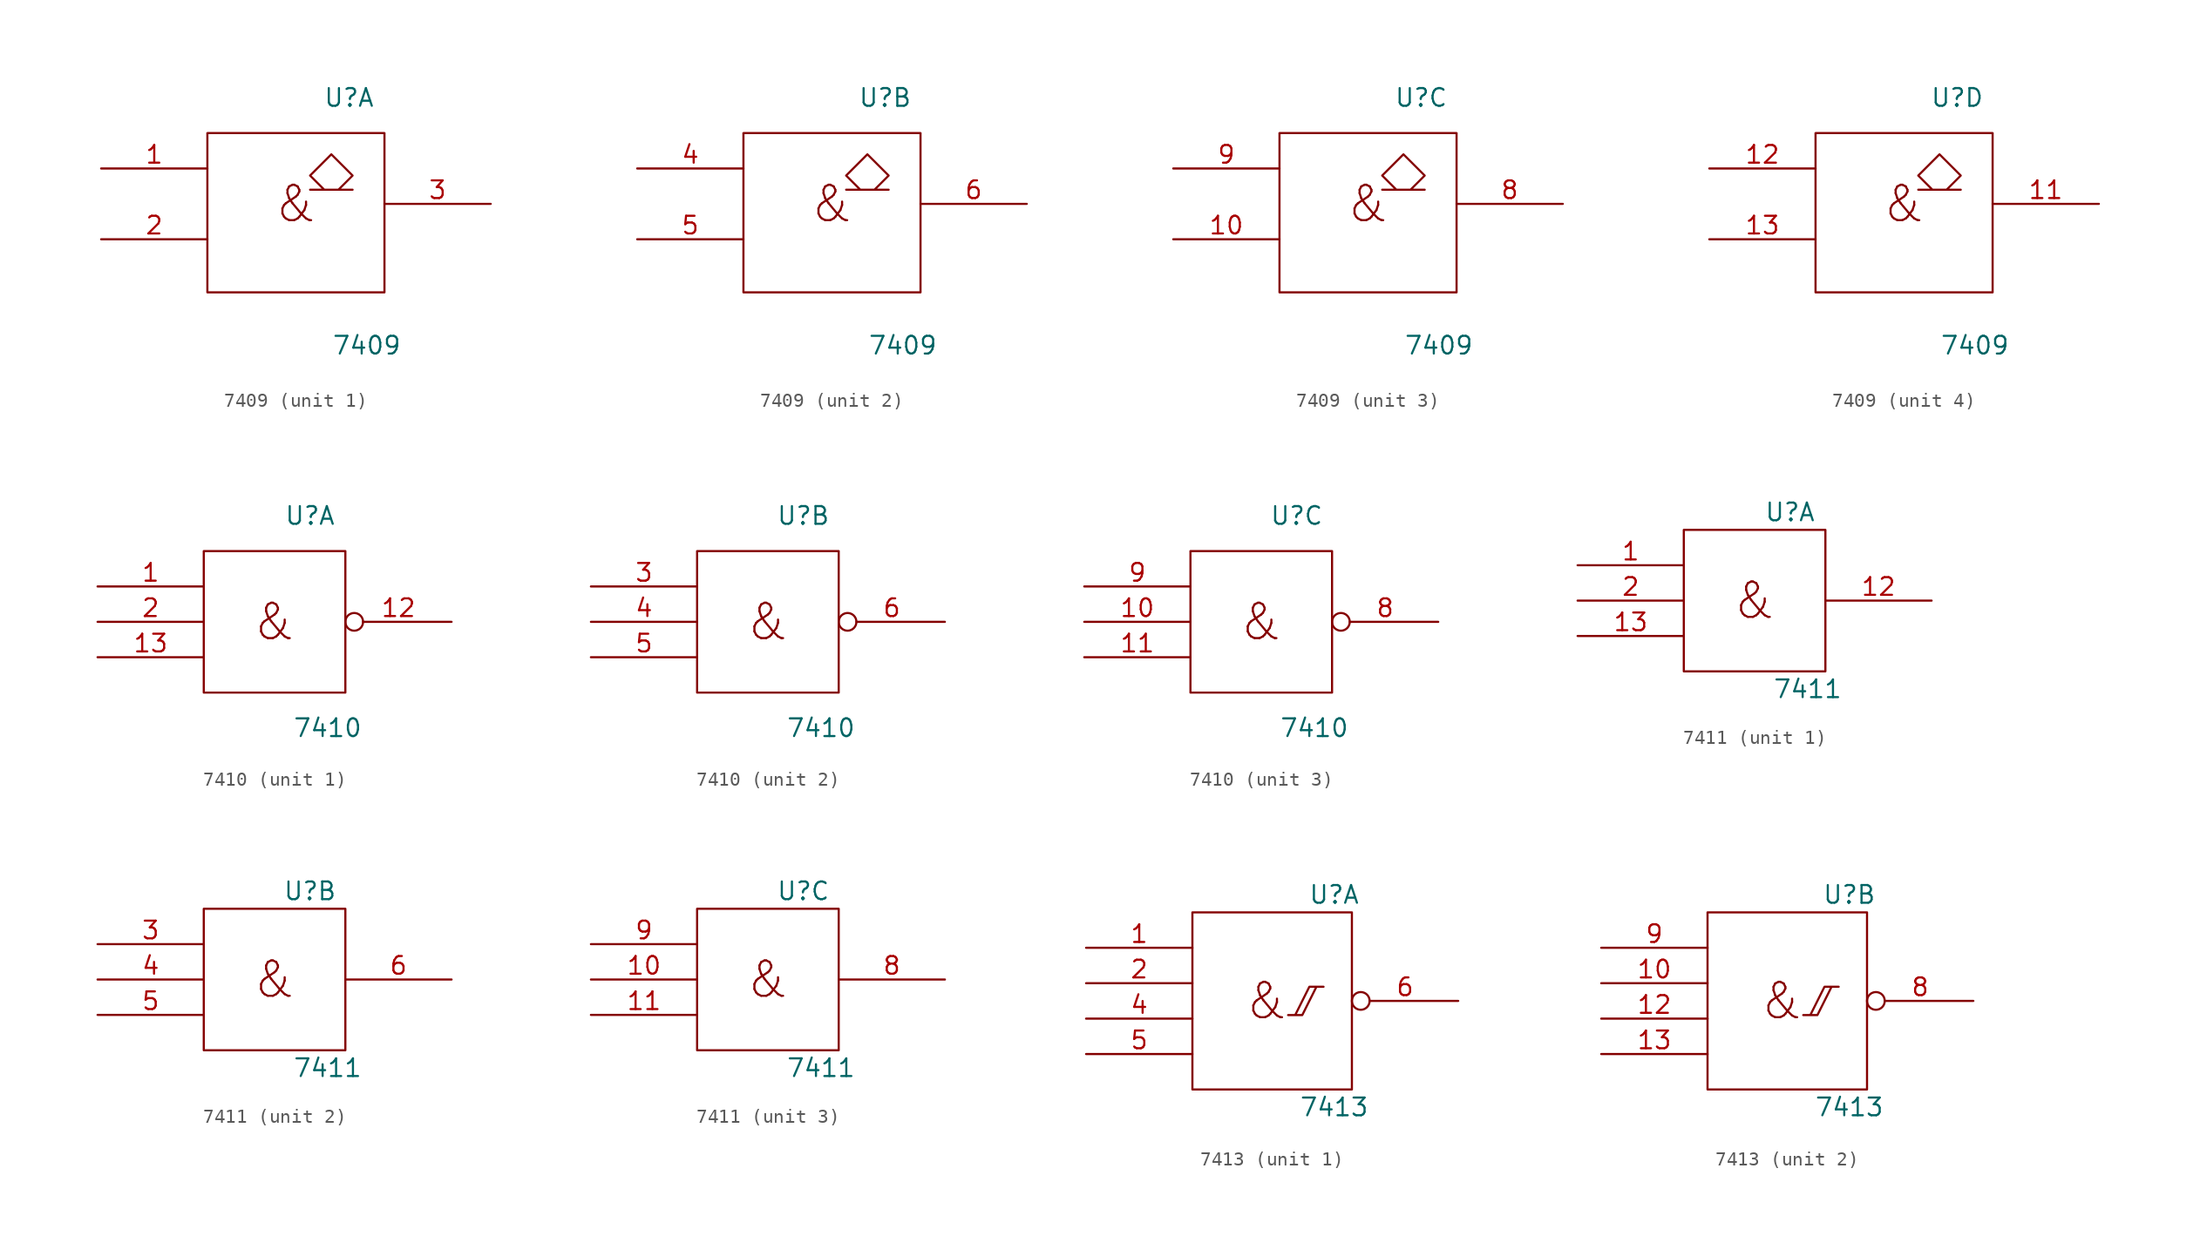
<source format=kicad_sym>
(kicad_symbol_lib
  (version 20201005)
  (generator kicad_symbol_editor)
  (symbol "7409"
    (pin_names
      (offset 0.762))
    (property "Reference" "U"
      (at 3.81 7.62 0)
      (effects (font (size 1.27 1.27))))
    (property "Value" "7409"
      (at 5.08 -10.16 0)
      (effects (font (size 1.27 1.27))))
    (symbol "7409_0_1"
      (text "&" (at 0 0 0) (effects (font (size 2.54 2.54))))
      (rectangle (start -6.35 5.08) (end 6.35 -6.35) (stroke (width 0)) (fill (type none)))
      (polyline (pts (xy 1.016 2.032) (xy 2.032 1.016) (xy 1.016 2.032) (xy 2.54 3.556) (xy 4.064 2.032) (xy 3.048 1.016) (xy 4.064 1.016) (xy 1.016 1.016) (xy 1.016 1.016)) (stroke (width 0)) (fill (type none)))
      (pin power_in line (at 0 5.08 270) (length 0) hide (name "Vcc" (effects (font (size 1.27 1.27)))) (number "14" (effects (font (size 1.27 1.27)))))
      (pin power_in line (at 0 -6.35 90) (length 0) hide (name "Gnd" (effects (font (size 1.27 1.27)))) (number "7" (effects (font (size 1.27 1.27))))))
    (symbol "7409_1_1"
      (pin input line (at -13.97 2.54 0) (length 7.62) (name "~" (effects (font (size 1.27 1.27)))) (number "1" (effects (font (size 1.27 1.27)))))
      (pin input line (at -13.97 -2.54 0) (length 7.62) (name "~" (effects (font (size 1.27 1.27)))) (number "2" (effects (font (size 1.27 1.27)))))
      (pin open_collector line (at 13.97 0 180) (length 7.62) (name "~" (effects (font (size 1.27 1.27)))) (number "3" (effects (font (size 1.27 1.27))))))
    (symbol "7409_2_1"
      (pin input line (at -13.97 2.54 0) (length 7.62) (name "~" (effects (font (size 1.27 1.27)))) (number "4" (effects (font (size 1.27 1.27)))))
      (pin input line (at -13.97 -2.54 0) (length 7.62) (name "~" (effects (font (size 1.27 1.27)))) (number "5" (effects (font (size 1.27 1.27)))))
      (pin open_collector line (at 13.97 0 180) (length 7.62) (name "~" (effects (font (size 1.27 1.27)))) (number "6" (effects (font (size 1.27 1.27))))))
    (symbol "7409_3_1"
      (pin input line (at -13.97 -2.54 0) (length 7.62) (name "~" (effects (font (size 1.27 1.27)))) (number "10" (effects (font (size 1.27 1.27)))))
      (pin open_collector line (at 13.97 0 180) (length 7.62) (name "~" (effects (font (size 1.27 1.27)))) (number "8" (effects (font (size 1.27 1.27)))))
      (pin input line (at -13.97 2.54 0) (length 7.62) (name "~" (effects (font (size 1.27 1.27)))) (number "9" (effects (font (size 1.27 1.27))))))
    (symbol "7409_4_1"
      (pin open_collector line (at 13.97 0 180) (length 7.62) (name "~" (effects (font (size 1.27 1.27)))) (number "11" (effects (font (size 1.27 1.27)))))
      (pin input line (at -13.97 2.54 0) (length 7.62) (name "~" (effects (font (size 1.27 1.27)))) (number "12" (effects (font (size 1.27 1.27)))))
      (pin input line (at -13.97 -2.54 0) (length 7.62) (name "~" (effects (font (size 1.27 1.27)))) (number "13" (effects (font (size 1.27 1.27)))))))
  (symbol "7410"
    (pin_names
      (offset 0.762))
    (property "Reference" "U"
      (at 2.54 7.62 0)
      (effects (font (size 1.27 1.27))))
    (property "Value" "7410"
      (at 3.81 -7.62 0)
      (effects (font (size 1.27 1.27))))
    (symbol "7410_0_0"
      (text "&" (at 0 0 0) (effects (font (size 2.54 2.54)))))
    (symbol "7410_0_1"
      (rectangle (start -5.08 5.08) (end 5.08 -5.08) (stroke (width 0)) (fill (type none)))
      (pin power_in line (at 0 5.08 270) (length 0) hide (name "Vcc" (effects (font (size 1.27 1.27)))) (number "14" (effects (font (size 1.27 1.27)))))
      (pin power_in line (at 0 -5.08 90) (length 0) hide (name "Gnd" (effects (font (size 1.27 1.27)))) (number "7" (effects (font (size 1.27 1.27))))))
    (symbol "7410_1_1"
      (pin input line (at -12.7 2.54 0) (length 7.62) (name "~" (effects (font (size 1.27 1.27)))) (number "1" (effects (font (size 1.27 1.27)))))
      (pin output inverted (at 12.7 0 180) (length 7.62) (name "~" (effects (font (size 1.27 1.27)))) (number "12" (effects (font (size 1.27 1.27)))))
      (pin input line (at -12.7 -2.54 0) (length 7.62) (name "~" (effects (font (size 1.27 1.27)))) (number "13" (effects (font (size 1.27 1.27)))))
      (pin input line (at -12.7 0 0) (length 7.62) (name "~" (effects (font (size 1.27 1.27)))) (number "2" (effects (font (size 1.27 1.27))))))
    (symbol "7410_2_1"
      (pin input line (at -12.7 2.54 0) (length 7.62) (name "~" (effects (font (size 1.27 1.27)))) (number "3" (effects (font (size 1.27 1.27)))))
      (pin input line (at -12.7 0 0) (length 7.62) (name "~" (effects (font (size 1.27 1.27)))) (number "4" (effects (font (size 1.27 1.27)))))
      (pin input line (at -12.7 -2.54 0) (length 7.62) (name "~" (effects (font (size 1.27 1.27)))) (number "5" (effects (font (size 1.27 1.27)))))
      (pin output inverted (at 12.7 0 180) (length 7.62) (name "~" (effects (font (size 1.27 1.27)))) (number "6" (effects (font (size 1.27 1.27))))))
    (symbol "7410_3_1"
      (pin input line (at -12.7 0 0) (length 7.62) (name "~" (effects (font (size 1.27 1.27)))) (number "10" (effects (font (size 1.27 1.27)))))
      (pin input line (at -12.7 -2.54 0) (length 7.62) (name "~" (effects (font (size 1.27 1.27)))) (number "11" (effects (font (size 1.27 1.27)))))
      (pin output inverted (at 12.7 0 180) (length 7.62) (name "~" (effects (font (size 1.27 1.27)))) (number "8" (effects (font (size 1.27 1.27)))))
      (pin input line (at -12.7 2.54 0) (length 7.62) (name "~" (effects (font (size 1.27 1.27)))) (number "9" (effects (font (size 1.27 1.27)))))))
  (symbol "7411"
    (pin_names
      (offset 0.762))
    (property "Reference" "U"
      (at 2.54 6.35 0)
      (effects (font (size 1.27 1.27))))
    (property "Value" "7411"
      (at 3.81 -6.35 0)
      (effects (font (size 1.27 1.27))))
    (symbol "7411_0_0"
      (text "&" (at 0 0 0) (effects (font (size 2.54 2.54)))))
    (symbol "7411_0_1"
      (rectangle (start -5.08 5.08) (end 5.08 -5.08) (stroke (width 0)) (fill (type none)))
      (pin power_in line (at 0 5.08 270) (length 0) hide (name "Vcc" (effects (font (size 1.27 1.27)))) (number "14" (effects (font (size 1.27 1.27)))))
      (pin power_in line (at 0 -5.08 90) (length 0) hide (name "Gnd" (effects (font (size 1.27 1.27)))) (number "7" (effects (font (size 1.27 1.27))))))
    (symbol "7411_1_1"
      (pin input line (at -12.7 2.54 0) (length 7.62) (name "~" (effects (font (size 1.27 1.27)))) (number "1" (effects (font (size 1.27 1.27)))))
      (pin output line (at 12.7 0 180) (length 7.62) (name "~" (effects (font (size 1.27 1.27)))) (number "12" (effects (font (size 1.27 1.27)))))
      (pin input line (at -12.7 -2.54 0) (length 7.62) (name "~" (effects (font (size 1.27 1.27)))) (number "13" (effects (font (size 1.27 1.27)))))
      (pin input line (at -12.7 0 0) (length 7.62) (name "~" (effects (font (size 1.27 1.27)))) (number "2" (effects (font (size 1.27 1.27))))))
    (symbol "7411_2_1"
      (pin input line (at -12.7 2.54 0) (length 7.62) (name "~" (effects (font (size 1.27 1.27)))) (number "3" (effects (font (size 1.27 1.27)))))
      (pin input line (at -12.7 0 0) (length 7.62) (name "~" (effects (font (size 1.27 1.27)))) (number "4" (effects (font (size 1.27 1.27)))))
      (pin input line (at -12.7 -2.54 0) (length 7.62) (name "~" (effects (font (size 1.27 1.27)))) (number "5" (effects (font (size 1.27 1.27)))))
      (pin output line (at 12.7 0 180) (length 7.62) (name "~" (effects (font (size 1.27 1.27)))) (number "6" (effects (font (size 1.27 1.27))))))
    (symbol "7411_3_1"
      (pin input line (at -12.7 0 0) (length 7.62) (name "~" (effects (font (size 1.27 1.27)))) (number "10" (effects (font (size 1.27 1.27)))))
      (pin input line (at -12.7 -2.54 0) (length 7.62) (name "~" (effects (font (size 1.27 1.27)))) (number "11" (effects (font (size 1.27 1.27)))))
      (pin output line (at 12.7 0 180) (length 7.62) (name "~" (effects (font (size 1.27 1.27)))) (number "8" (effects (font (size 1.27 1.27)))))
      (pin input line (at -12.7 2.54 0) (length 7.62) (name "~" (effects (font (size 1.27 1.27)))) (number "9" (effects (font (size 1.27 1.27)))))))
  (symbol "7413"
    (pin_names
      (offset 0.762))
    (property "Reference" "U"
      (at 3.81 7.62 0)
      (effects (font (size 1.27 1.27))))
    (property "Value" "7413"
      (at 3.81 -7.62 0)
      (effects (font (size 1.27 1.27))))
    (symbol "7413_0_0"
      (text "&" (at -1.016 0 0) (effects (font (size 2.54 2.54))))
      (polyline (pts (xy 0.508 -1.016) (xy 1.524 -1.016) (xy 2.54 1.016) (xy 3.048 1.016) (xy 2.032 1.016) (xy 1.016 -1.016) (xy 1.016 -1.016)) (stroke (width 0)) (fill (type none))))
    (symbol "7413_0_1"
      (rectangle (start -6.35 6.35) (end 5.08 -6.35) (stroke (width 0)) (fill (type none)))
      (pin power_in line (at 0 6.35 270) (length 0) hide (name "Vdd" (effects (font (size 1.27 1.27)))) (number "14" (effects (font (size 1.27 1.27)))))
      (pin power_in line (at 0 -6.35 90) (length 0) hide (name "Vss" (effects (font (size 1.27 1.27)))) (number "7" (effects (font (size 1.27 1.27))))))
    (symbol "7413_1_1"
      (pin input line (at -13.97 3.81 0) (length 7.62) (name "~" (effects (font (size 1.27 1.27)))) (number "1" (effects (font (size 1.27 1.27)))))
      (pin input line (at -13.97 1.27 0) (length 7.62) (name "~" (effects (font (size 1.27 1.27)))) (number "2" (effects (font (size 1.27 1.27)))))
      (pin input line (at -13.97 -1.27 0) (length 7.62) (name "~" (effects (font (size 1.27 1.27)))) (number "4" (effects (font (size 1.27 1.27)))))
      (pin input line (at -13.97 -3.81 0) (length 7.62) (name "~" (effects (font (size 1.27 1.27)))) (number "5" (effects (font (size 1.27 1.27)))))
      (pin output inverted (at 12.7 0 180) (length 7.62) (name "~" (effects (font (size 1.27 1.27)))) (number "6" (effects (font (size 1.27 1.27))))))
    (symbol "7413_2_1"
      (pin input line (at -13.97 1.27 0) (length 7.62) (name "~" (effects (font (size 1.27 1.27)))) (number "10" (effects (font (size 1.27 1.27)))))
      (pin input line (at -13.97 -1.27 0) (length 7.62) (name "~" (effects (font (size 1.27 1.27)))) (number "12" (effects (font (size 1.27 1.27)))))
      (pin input line (at -13.97 -3.81 0) (length 7.62) (name "~" (effects (font (size 1.27 1.27)))) (number "13" (effects (font (size 1.27 1.27)))))
      (pin output inverted (at 12.7 0 180) (length 7.62) (name "~" (effects (font (size 1.27 1.27)))) (number "8" (effects (font (size 1.27 1.27)))))
      (pin input line (at -13.97 3.81 0) (length 7.62) (name "~" (effects (font (size 1.27 1.27)))) (number "9" (effects (font (size 1.27 1.27))))))))
</source>
